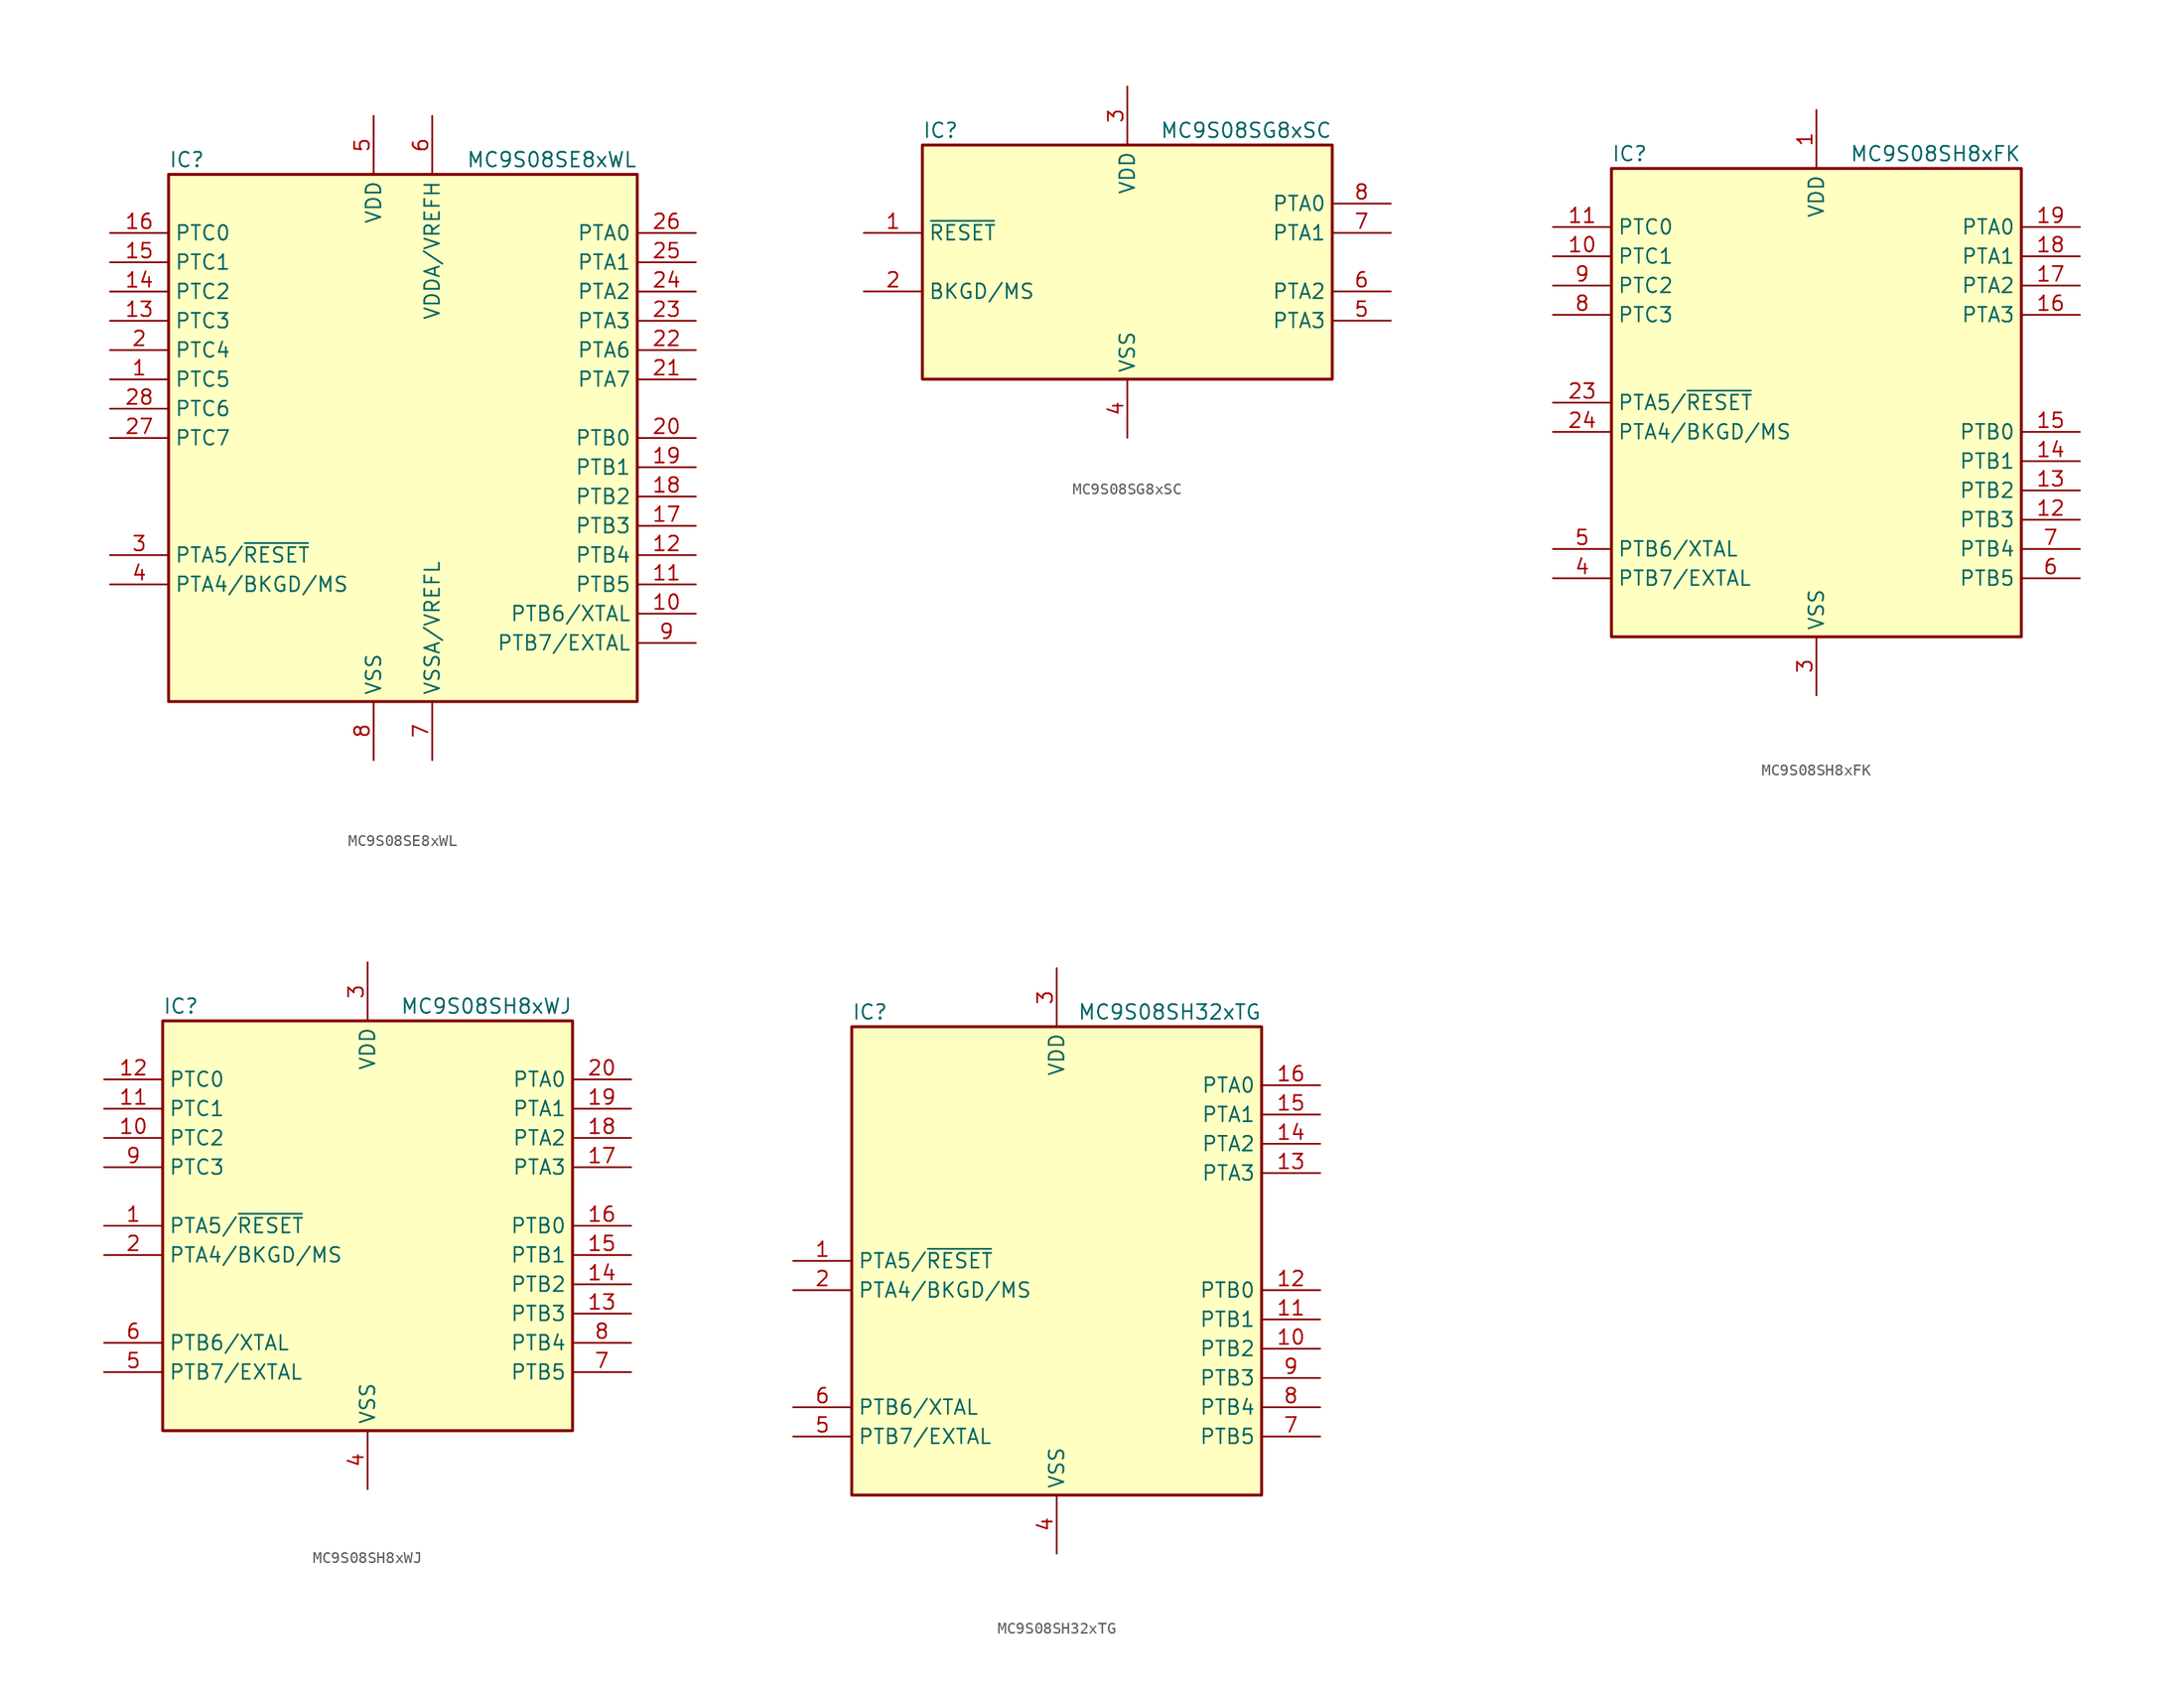
<source format=kicad_sym>
(kicad_symbol_lib
  (version 20211014)
  (generator kicad_symbol_editor)
  (symbol "MC9S08SE8xWL"
    (property "Reference" "IC"
      (at -20.32 24.13 0)
      (effects (font (size 1.27 1.27)) (justify left)))
    (property "Value" "MC9S08SE8xWL"
      (at 20.32 24.13 0)
      (effects (font (size 1.27 1.27)) (justify right)))
    (symbol "MC9S08SE8xWL_0_1"
      (rectangle (start -20.32 22.86) (end 20.32 -22.86) (stroke (width 0.254) (type default) (color 0 0 0 0)) (fill (type background))))
    (symbol "MC9S08SE8xWL_1_1"
      (pin bidirectional line (at -25.4 5.08 0) (length 5.08) (name "PTC5" (effects (font (size 1.27 1.27)))) (number "1" (effects (font (size 1.27 1.27)))))
      (pin bidirectional line (at 25.4 -15.24 180) (length 5.08) (name "PTB6/XTAL" (effects (font (size 1.27 1.27)))) (number "10" (effects (font (size 1.27 1.27)))))
      (pin bidirectional line (at 25.4 -12.7 180) (length 5.08) (name "PTB5" (effects (font (size 1.27 1.27)))) (number "11" (effects (font (size 1.27 1.27)))))
      (pin bidirectional line (at 25.4 -10.16 180) (length 5.08) (name "PTB4" (effects (font (size 1.27 1.27)))) (number "12" (effects (font (size 1.27 1.27)))))
      (pin bidirectional line (at -25.4 10.16 0) (length 5.08) (name "PTC3" (effects (font (size 1.27 1.27)))) (number "13" (effects (font (size 1.27 1.27)))))
      (pin bidirectional line (at -25.4 12.7 0) (length 5.08) (name "PTC2" (effects (font (size 1.27 1.27)))) (number "14" (effects (font (size 1.27 1.27)))))
      (pin bidirectional line (at -25.4 15.24 0) (length 5.08) (name "PTC1" (effects (font (size 1.27 1.27)))) (number "15" (effects (font (size 1.27 1.27)))))
      (pin bidirectional line (at -25.4 17.78 0) (length 5.08) (name "PTC0" (effects (font (size 1.27 1.27)))) (number "16" (effects (font (size 1.27 1.27)))))
      (pin bidirectional line (at 25.4 -7.62 180) (length 5.08) (name "PTB3" (effects (font (size 1.27 1.27)))) (number "17" (effects (font (size 1.27 1.27)))))
      (pin bidirectional line (at 25.4 -5.08 180) (length 5.08) (name "PTB2" (effects (font (size 1.27 1.27)))) (number "18" (effects (font (size 1.27 1.27)))))
      (pin bidirectional line (at 25.4 -2.54 180) (length 5.08) (name "PTB1" (effects (font (size 1.27 1.27)))) (number "19" (effects (font (size 1.27 1.27)))))
      (pin bidirectional line (at -25.4 7.62 0) (length 5.08) (name "PTC4" (effects (font (size 1.27 1.27)))) (number "2" (effects (font (size 1.27 1.27)))))
      (pin bidirectional line (at 25.4 0 180) (length 5.08) (name "PTB0" (effects (font (size 1.27 1.27)))) (number "20" (effects (font (size 1.27 1.27)))))
      (pin bidirectional line (at 25.4 5.08 180) (length 5.08) (name "PTA7" (effects (font (size 1.27 1.27)))) (number "21" (effects (font (size 1.27 1.27)))))
      (pin bidirectional line (at 25.4 7.62 180) (length 5.08) (name "PTA6" (effects (font (size 1.27 1.27)))) (number "22" (effects (font (size 1.27 1.27)))))
      (pin bidirectional line (at 25.4 10.16 180) (length 5.08) (name "PTA3" (effects (font (size 1.27 1.27)))) (number "23" (effects (font (size 1.27 1.27)))))
      (pin bidirectional line (at 25.4 12.7 180) (length 5.08) (name "PTA2" (effects (font (size 1.27 1.27)))) (number "24" (effects (font (size 1.27 1.27)))))
      (pin bidirectional line (at 25.4 15.24 180) (length 5.08) (name "PTA1" (effects (font (size 1.27 1.27)))) (number "25" (effects (font (size 1.27 1.27)))))
      (pin bidirectional line (at 25.4 17.78 180) (length 5.08) (name "PTA0" (effects (font (size 1.27 1.27)))) (number "26" (effects (font (size 1.27 1.27)))))
      (pin bidirectional line (at -25.4 0 0) (length 5.08) (name "PTC7" (effects (font (size 1.27 1.27)))) (number "27" (effects (font (size 1.27 1.27)))))
      (pin bidirectional line (at -25.4 2.54 0) (length 5.08) (name "PTC6" (effects (font (size 1.27 1.27)))) (number "28" (effects (font (size 1.27 1.27)))))
      (pin bidirectional line (at -25.4 -10.16 0) (length 5.08) (name "PTA5/~{RESET}" (effects (font (size 1.27 1.27)))) (number "3" (effects (font (size 1.27 1.27)))))
      (pin bidirectional line (at -25.4 -12.7 0) (length 5.08) (name "PTA4/BKGD/MS" (effects (font (size 1.27 1.27)))) (number "4" (effects (font (size 1.27 1.27)))))
      (pin power_in line (at -2.54 27.94 270) (length 5.08) (name "VDD" (effects (font (size 1.27 1.27)))) (number "5" (effects (font (size 1.27 1.27)))))
      (pin power_in line (at 2.54 27.94 270) (length 5.08) (name "VDDA/VREFH" (effects (font (size 1.27 1.27)))) (number "6" (effects (font (size 1.27 1.27)))))
      (pin power_in line (at 2.54 -27.94 90) (length 5.08) (name "VSSA/VREFL" (effects (font (size 1.27 1.27)))) (number "7" (effects (font (size 1.27 1.27)))))
      (pin power_in line (at -2.54 -27.94 90) (length 5.08) (name "VSS" (effects (font (size 1.27 1.27)))) (number "8" (effects (font (size 1.27 1.27)))))
      (pin bidirectional line (at 25.4 -17.78 180) (length 5.08) (name "PTB7/EXTAL" (effects (font (size 1.27 1.27)))) (number "9" (effects (font (size 1.27 1.27)))))))
  (symbol "MC9S08SG8xSC"
    (property "Reference" "IC"
      (at -17.78 11.43 0)
      (effects (font (size 1.27 1.27)) (justify left)))
    (property "Value" "MC9S08SG8xSC"
      (at 17.78 11.43 0)
      (effects (font (size 1.27 1.27)) (justify right)))
    (symbol "MC9S08SG8xSC_0_1"
      (rectangle (start -17.78 10.16) (end 17.78 -10.16) (stroke (width 0.254) (type default) (color 0 0 0 0)) (fill (type background))))
    (symbol "MC9S08SG8xSC_1_1"
      (pin input line (at -22.86 2.54 0) (length 5.08) (name "~{RESET}" (effects (font (size 1.27 1.27)))) (number "1" (effects (font (size 1.27 1.27)))))
      (pin bidirectional line (at -22.86 -2.54 0) (length 5.08) (name "BKGD/MS" (effects (font (size 1.27 1.27)))) (number "2" (effects (font (size 1.27 1.27)))))
      (pin power_in line (at 0 15.24 270) (length 5.08) (name "VDD" (effects (font (size 1.27 1.27)))) (number "3" (effects (font (size 1.27 1.27)))))
      (pin power_in line (at 0 -15.24 90) (length 5.08) (name "VSS" (effects (font (size 1.27 1.27)))) (number "4" (effects (font (size 1.27 1.27)))))
      (pin bidirectional line (at 22.86 -5.08 180) (length 5.08) (name "PTA3" (effects (font (size 1.27 1.27)))) (number "5" (effects (font (size 1.27 1.27)))))
      (pin bidirectional line (at 22.86 -2.54 180) (length 5.08) (name "PTA2" (effects (font (size 1.27 1.27)))) (number "6" (effects (font (size 1.27 1.27)))))
      (pin bidirectional line (at 22.86 2.54 180) (length 5.08) (name "PTA1" (effects (font (size 1.27 1.27)))) (number "7" (effects (font (size 1.27 1.27)))))
      (pin bidirectional line (at 22.86 5.08 180) (length 5.08) (name "PTA0" (effects (font (size 1.27 1.27)))) (number "8" (effects (font (size 1.27 1.27)))))))
  (symbol "MC9S08SH8xFK"
    (property "Reference" "IC"
      (at -17.78 21.59 0)
      (effects (font (size 1.27 1.27)) (justify left)))
    (property "Value" "MC9S08SH8xFK"
      (at 17.78 21.59 0)
      (effects (font (size 1.27 1.27)) (justify right)))
    (symbol "MC9S08SH8xFK_0_1"
      (rectangle (start -17.78 20.32) (end 17.78 -20.32) (stroke (width 0.254) (type default) (color 0 0 0 0)) (fill (type background))))
    (symbol "MC9S08SH8xFK_1_1"
      (pin power_in line (at 0 25.4 270) (length 5.08) (name "VDD" (effects (font (size 1.27 1.27)))) (number "1" (effects (font (size 1.27 1.27)))))
      (pin bidirectional line (at -22.86 12.7 0) (length 5.08) (name "PTC1" (effects (font (size 1.27 1.27)))) (number "10" (effects (font (size 1.27 1.27)))))
      (pin bidirectional line (at -22.86 15.24 0) (length 5.08) (name "PTC0" (effects (font (size 1.27 1.27)))) (number "11" (effects (font (size 1.27 1.27)))))
      (pin bidirectional line (at 22.86 -10.16 180) (length 5.08) (name "PTB3" (effects (font (size 1.27 1.27)))) (number "12" (effects (font (size 1.27 1.27)))))
      (pin bidirectional line (at 22.86 -7.62 180) (length 5.08) (name "PTB2" (effects (font (size 1.27 1.27)))) (number "13" (effects (font (size 1.27 1.27)))))
      (pin bidirectional line (at 22.86 -5.08 180) (length 5.08) (name "PTB1" (effects (font (size 1.27 1.27)))) (number "14" (effects (font (size 1.27 1.27)))))
      (pin bidirectional line (at 22.86 -2.54 180) (length 5.08) (name "PTB0" (effects (font (size 1.27 1.27)))) (number "15" (effects (font (size 1.27 1.27)))))
      (pin bidirectional line (at 22.86 7.62 180) (length 5.08) (name "PTA3" (effects (font (size 1.27 1.27)))) (number "16" (effects (font (size 1.27 1.27)))))
      (pin bidirectional line (at 22.86 10.16 180) (length 5.08) (name "PTA2" (effects (font (size 1.27 1.27)))) (number "17" (effects (font (size 1.27 1.27)))))
      (pin bidirectional line (at 22.86 12.7 180) (length 5.08) (name "PTA1" (effects (font (size 1.27 1.27)))) (number "18" (effects (font (size 1.27 1.27)))))
      (pin bidirectional line (at 22.86 15.24 180) (length 5.08) (name "PTA0" (effects (font (size 1.27 1.27)))) (number "19" (effects (font (size 1.27 1.27)))))
      (pin bidirectional line (at -22.86 0 0) (length 5.08) (name "PTA5/~{RESET}" (effects (font (size 1.27 1.27)))) (number "23" (effects (font (size 1.27 1.27)))))
      (pin bidirectional line (at -22.86 -2.54 0) (length 5.08) (name "PTA4/BKGD/MS" (effects (font (size 1.27 1.27)))) (number "24" (effects (font (size 1.27 1.27)))))
      (pin power_in line (at 0 -25.4 90) (length 5.08) (name "VSS" (effects (font (size 1.27 1.27)))) (number "3" (effects (font (size 1.27 1.27)))))
      (pin bidirectional line (at -22.86 -15.24 0) (length 5.08) (name "PTB7/EXTAL" (effects (font (size 1.27 1.27)))) (number "4" (effects (font (size 1.27 1.27)))))
      (pin bidirectional line (at -22.86 -12.7 0) (length 5.08) (name "PTB6/XTAL" (effects (font (size 1.27 1.27)))) (number "5" (effects (font (size 1.27 1.27)))))
      (pin bidirectional line (at 22.86 -15.24 180) (length 5.08) (name "PTB5" (effects (font (size 1.27 1.27)))) (number "6" (effects (font (size 1.27 1.27)))))
      (pin bidirectional line (at 22.86 -12.7 180) (length 5.08) (name "PTB4" (effects (font (size 1.27 1.27)))) (number "7" (effects (font (size 1.27 1.27)))))
      (pin bidirectional line (at -22.86 7.62 0) (length 5.08) (name "PTC3" (effects (font (size 1.27 1.27)))) (number "8" (effects (font (size 1.27 1.27)))))
      (pin bidirectional line (at -22.86 10.16 0) (length 5.08) (name "PTC2" (effects (font (size 1.27 1.27)))) (number "9" (effects (font (size 1.27 1.27)))))))
  (symbol "MC9S08SH8xWJ"
    (property "Reference" "IC"
      (at -17.78 19.05 0)
      (effects (font (size 1.27 1.27)) (justify left)))
    (property "Value" "MC9S08SH8xWJ"
      (at 17.78 19.05 0)
      (effects (font (size 1.27 1.27)) (justify right)))
    (symbol "MC9S08SH8xWJ_0_1"
      (rectangle (start -17.78 17.78) (end 17.78 -17.78) (stroke (width 0.254) (type default) (color 0 0 0 0)) (fill (type background))))
    (symbol "MC9S08SH8xWJ_1_1"
      (pin bidirectional line (at -22.86 0 0) (length 5.08) (name "PTA5/~{RESET}" (effects (font (size 1.27 1.27)))) (number "1" (effects (font (size 1.27 1.27)))))
      (pin bidirectional line (at -22.86 7.62 0) (length 5.08) (name "PTC2" (effects (font (size 1.27 1.27)))) (number "10" (effects (font (size 1.27 1.27)))))
      (pin bidirectional line (at -22.86 10.16 0) (length 5.08) (name "PTC1" (effects (font (size 1.27 1.27)))) (number "11" (effects (font (size 1.27 1.27)))))
      (pin bidirectional line (at -22.86 12.7 0) (length 5.08) (name "PTC0" (effects (font (size 1.27 1.27)))) (number "12" (effects (font (size 1.27 1.27)))))
      (pin bidirectional line (at 22.86 -7.62 180) (length 5.08) (name "PTB3" (effects (font (size 1.27 1.27)))) (number "13" (effects (font (size 1.27 1.27)))))
      (pin bidirectional line (at 22.86 -5.08 180) (length 5.08) (name "PTB2" (effects (font (size 1.27 1.27)))) (number "14" (effects (font (size 1.27 1.27)))))
      (pin bidirectional line (at 22.86 -2.54 180) (length 5.08) (name "PTB1" (effects (font (size 1.27 1.27)))) (number "15" (effects (font (size 1.27 1.27)))))
      (pin bidirectional line (at 22.86 0 180) (length 5.08) (name "PTB0" (effects (font (size 1.27 1.27)))) (number "16" (effects (font (size 1.27 1.27)))))
      (pin bidirectional line (at 22.86 5.08 180) (length 5.08) (name "PTA3" (effects (font (size 1.27 1.27)))) (number "17" (effects (font (size 1.27 1.27)))))
      (pin bidirectional line (at 22.86 7.62 180) (length 5.08) (name "PTA2" (effects (font (size 1.27 1.27)))) (number "18" (effects (font (size 1.27 1.27)))))
      (pin bidirectional line (at 22.86 10.16 180) (length 5.08) (name "PTA1" (effects (font (size 1.27 1.27)))) (number "19" (effects (font (size 1.27 1.27)))))
      (pin bidirectional line (at -22.86 -2.54 0) (length 5.08) (name "PTA4/BKGD/MS" (effects (font (size 1.27 1.27)))) (number "2" (effects (font (size 1.27 1.27)))))
      (pin bidirectional line (at 22.86 12.7 180) (length 5.08) (name "PTA0" (effects (font (size 1.27 1.27)))) (number "20" (effects (font (size 1.27 1.27)))))
      (pin power_in line (at 0 22.86 270) (length 5.08) (name "VDD" (effects (font (size 1.27 1.27)))) (number "3" (effects (font (size 1.27 1.27)))))
      (pin power_in line (at 0 -22.86 90) (length 5.08) (name "VSS" (effects (font (size 1.27 1.27)))) (number "4" (effects (font (size 1.27 1.27)))))
      (pin bidirectional line (at -22.86 -12.7 0) (length 5.08) (name "PTB7/EXTAL" (effects (font (size 1.27 1.27)))) (number "5" (effects (font (size 1.27 1.27)))))
      (pin bidirectional line (at -22.86 -10.16 0) (length 5.08) (name "PTB6/XTAL" (effects (font (size 1.27 1.27)))) (number "6" (effects (font (size 1.27 1.27)))))
      (pin bidirectional line (at 22.86 -12.7 180) (length 5.08) (name "PTB5" (effects (font (size 1.27 1.27)))) (number "7" (effects (font (size 1.27 1.27)))))
      (pin bidirectional line (at 22.86 -10.16 180) (length 5.08) (name "PTB4" (effects (font (size 1.27 1.27)))) (number "8" (effects (font (size 1.27 1.27)))))
      (pin bidirectional line (at -22.86 5.08 0) (length 5.08) (name "PTC3" (effects (font (size 1.27 1.27)))) (number "9" (effects (font (size 1.27 1.27)))))))
  (symbol "MC9S08SH32xTG"
    (property "Reference" "IC"
      (at -17.78 21.59 0)
      (effects (font (size 1.27 1.27)) (justify left)))
    (property "Value" "MC9S08SH32xTG"
      (at 17.78 21.59 0)
      (effects (font (size 1.27 1.27)) (justify right)))
    (symbol "MC9S08SH32xTG_0_1"
      (rectangle (start -17.78 20.32) (end 17.78 -20.32) (stroke (width 0.254) (type default) (color 0 0 0 0)) (fill (type background))))
    (symbol "MC9S08SH32xTG_1_1"
      (pin bidirectional line (at -22.86 0 0) (length 5.08) (name "PTA5/~{RESET}" (effects (font (size 1.27 1.27)))) (number "1" (effects (font (size 1.27 1.27)))))
      (pin bidirectional line (at 22.86 -7.62 180) (length 5.08) (name "PTB2" (effects (font (size 1.27 1.27)))) (number "10" (effects (font (size 1.27 1.27)))))
      (pin bidirectional line (at 22.86 -5.08 180) (length 5.08) (name "PTB1" (effects (font (size 1.27 1.27)))) (number "11" (effects (font (size 1.27 1.27)))))
      (pin bidirectional line (at 22.86 -2.54 180) (length 5.08) (name "PTB0" (effects (font (size 1.27 1.27)))) (number "12" (effects (font (size 1.27 1.27)))))
      (pin bidirectional line (at 22.86 7.62 180) (length 5.08) (name "PTA3" (effects (font (size 1.27 1.27)))) (number "13" (effects (font (size 1.27 1.27)))))
      (pin bidirectional line (at 22.86 10.16 180) (length 5.08) (name "PTA2" (effects (font (size 1.27 1.27)))) (number "14" (effects (font (size 1.27 1.27)))))
      (pin bidirectional line (at 22.86 12.7 180) (length 5.08) (name "PTA1" (effects (font (size 1.27 1.27)))) (number "15" (effects (font (size 1.27 1.27)))))
      (pin bidirectional line (at 22.86 15.24 180) (length 5.08) (name "PTA0" (effects (font (size 1.27 1.27)))) (number "16" (effects (font (size 1.27 1.27)))))
      (pin bidirectional line (at -22.86 -2.54 0) (length 5.08) (name "PTA4/BKGD/MS" (effects (font (size 1.27 1.27)))) (number "2" (effects (font (size 1.27 1.27)))))
      (pin power_in line (at 0 25.4 270) (length 5.08) (name "VDD" (effects (font (size 1.27 1.27)))) (number "3" (effects (font (size 1.27 1.27)))))
      (pin power_in line (at 0 -25.4 90) (length 5.08) (name "VSS" (effects (font (size 1.27 1.27)))) (number "4" (effects (font (size 1.27 1.27)))))
      (pin bidirectional line (at -22.86 -15.24 0) (length 5.08) (name "PTB7/EXTAL" (effects (font (size 1.27 1.27)))) (number "5" (effects (font (size 1.27 1.27)))))
      (pin bidirectional line (at -22.86 -12.7 0) (length 5.08) (name "PTB6/XTAL" (effects (font (size 1.27 1.27)))) (number "6" (effects (font (size 1.27 1.27)))))
      (pin bidirectional line (at 22.86 -15.24 180) (length 5.08) (name "PTB5" (effects (font (size 1.27 1.27)))) (number "7" (effects (font (size 1.27 1.27)))))
      (pin bidirectional line (at 22.86 -12.7 180) (length 5.08) (name "PTB4" (effects (font (size 1.27 1.27)))) (number "8" (effects (font (size 1.27 1.27)))))
      (pin bidirectional line (at 22.86 -10.16 180) (length 5.08) (name "PTB3" (effects (font (size 1.27 1.27)))) (number "9" (effects (font (size 1.27 1.27))))))))
</source>
